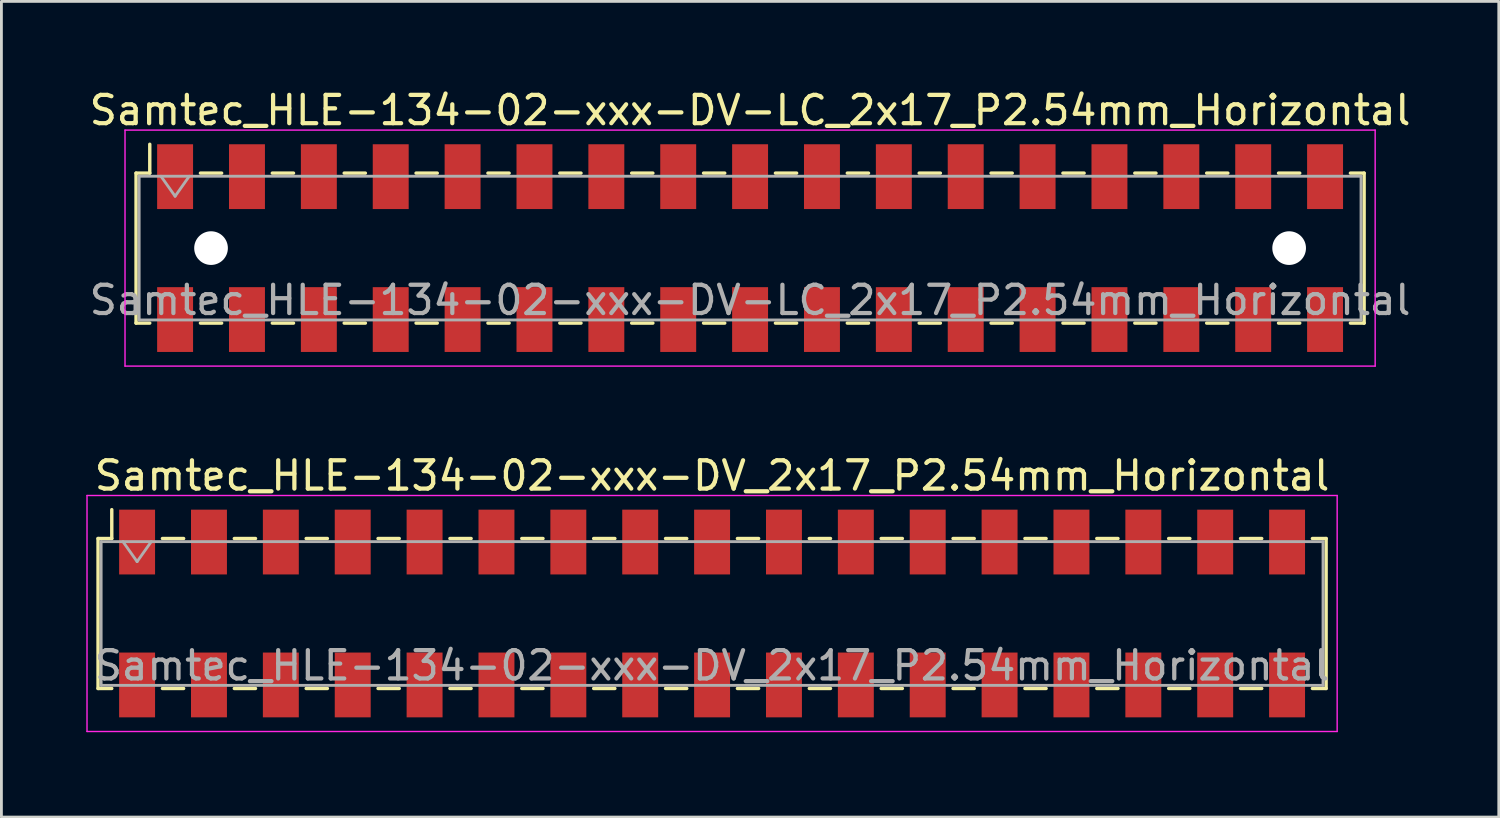
<source format=kicad_pcb>
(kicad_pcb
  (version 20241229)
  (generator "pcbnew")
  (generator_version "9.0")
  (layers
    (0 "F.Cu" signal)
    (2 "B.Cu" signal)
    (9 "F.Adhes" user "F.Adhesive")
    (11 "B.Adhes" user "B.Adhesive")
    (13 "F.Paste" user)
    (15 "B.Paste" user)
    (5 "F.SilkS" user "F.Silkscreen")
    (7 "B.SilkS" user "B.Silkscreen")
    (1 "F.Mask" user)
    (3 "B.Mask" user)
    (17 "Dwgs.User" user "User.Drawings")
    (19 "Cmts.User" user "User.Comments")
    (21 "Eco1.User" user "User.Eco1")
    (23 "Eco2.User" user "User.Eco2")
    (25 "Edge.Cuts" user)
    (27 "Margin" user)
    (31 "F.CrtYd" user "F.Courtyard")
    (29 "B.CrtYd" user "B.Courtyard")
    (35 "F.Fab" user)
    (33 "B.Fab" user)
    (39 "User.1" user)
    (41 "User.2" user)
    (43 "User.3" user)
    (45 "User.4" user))
  (footprint "Samtec_HLE-134-02-xxx-DV-LC_2x17_P2.54mm_Horizontal"
    (layer "F.Cu")
    (at 23.458 5.718)
    (property "Reference" "Samtec_HLE-134-02-xxx-DV-LC_2x17_P2.54mm_Horizontal" (at 0 -4.87 0) (layer "F.SilkS") (effects (font (size 1 1) (thickness 0.15))))
    (attr smd)
    (fp_line (start -21.7 -2.65) (end -21.7 2.65) (stroke (width 0.12) (type solid)) (layer "F.SilkS"))
    (fp_line (start -21.7 2.65) (end -21.215 2.65) (stroke (width 0.12) (type solid)) (layer "F.SilkS"))
    (fp_line (start -21.215 -3.67) (end -21.215 -2.65) (stroke (width 0.12) (type solid)) (layer "F.SilkS"))
    (fp_line (start -21.215 -2.65) (end -21.7 -2.65) (stroke (width 0.12) (type solid)) (layer "F.SilkS"))
    (fp_line (start -19.425 -2.65) (end -18.675 -2.65) (stroke (width 0.12) (type solid)) (layer "F.SilkS"))
    (fp_line (start -19.425 2.65) (end -18.675 2.65) (stroke (width 0.12) (type solid)) (layer "F.SilkS"))
    (fp_line (start -16.885 -2.65) (end -16.135 -2.65) (stroke (width 0.12) (type solid)) (layer "F.SilkS"))
    (fp_line (start -16.885 2.65) (end -16.135 2.65) (stroke (width 0.12) (type solid)) (layer "F.SilkS"))
    (fp_line (start -14.345 -2.65) (end -13.595 -2.65) (stroke (width 0.12) (type solid)) (layer "F.SilkS"))
    (fp_line (start -14.345 2.65) (end -13.595 2.65) (stroke (width 0.12) (type solid)) (layer "F.SilkS"))
    (fp_line (start -11.805 -2.65) (end -11.055 -2.65) (stroke (width 0.12) (type solid)) (layer "F.SilkS"))
    (fp_line (start -11.805 2.65) (end -11.055 2.65) (stroke (width 0.12) (type solid)) (layer "F.SilkS"))
    (fp_line (start -9.265 -2.65) (end -8.515 -2.65) (stroke (width 0.12) (type solid)) (layer "F.SilkS"))
    (fp_line (start -9.265 2.65) (end -8.515 2.65) (stroke (width 0.12) (type solid)) (layer "F.SilkS"))
    (fp_line (start -6.725 -2.65) (end -5.975 -2.65) (stroke (width 0.12) (type solid)) (layer "F.SilkS"))
    (fp_line (start -6.725 2.65) (end -5.975 2.65) (stroke (width 0.12) (type solid)) (layer "F.SilkS"))
    (fp_line (start -4.185 -2.65) (end -3.435 -2.65) (stroke (width 0.12) (type solid)) (layer "F.SilkS"))
    (fp_line (start -4.185 2.65) (end -3.435 2.65) (stroke (width 0.12) (type solid)) (layer "F.SilkS"))
    (fp_line (start -1.645 -2.65) (end -0.895 -2.65) (stroke (width 0.12) (type solid)) (layer "F.SilkS"))
    (fp_line (start -1.645 2.65) (end -0.895 2.65) (stroke (width 0.12) (type solid)) (layer "F.SilkS"))
    (fp_line (start 0.895 -2.65) (end 1.645 -2.65) (stroke (width 0.12) (type solid)) (layer "F.SilkS"))
    (fp_line (start 0.895 2.65) (end 1.645 2.65) (stroke (width 0.12) (type solid)) (layer "F.SilkS"))
    (fp_line (start 3.435 -2.65) (end 4.185 -2.65) (stroke (width 0.12) (type solid)) (layer "F.SilkS"))
    (fp_line (start 3.435 2.65) (end 4.185 2.65) (stroke (width 0.12) (type solid)) (layer "F.SilkS"))
    (fp_line (start 5.975 -2.65) (end 6.725 -2.65) (stroke (width 0.12) (type solid)) (layer "F.SilkS"))
    (fp_line (start 5.975 2.65) (end 6.725 2.65) (stroke (width 0.12) (type solid)) (layer "F.SilkS"))
    (fp_line (start 8.515 -2.65) (end 9.265 -2.65) (stroke (width 0.12) (type solid)) (layer "F.SilkS"))
    (fp_line (start 8.515 2.65) (end 9.265 2.65) (stroke (width 0.12) (type solid)) (layer "F.SilkS"))
    (fp_line (start 11.055 -2.65) (end 11.805 -2.65) (stroke (width 0.12) (type solid)) (layer "F.SilkS"))
    (fp_line (start 11.055 2.65) (end 11.805 2.65) (stroke (width 0.12) (type solid)) (layer "F.SilkS"))
    (fp_line (start 13.595 -2.65) (end 14.345 -2.65) (stroke (width 0.12) (type solid)) (layer "F.SilkS"))
    (fp_line (start 13.595 2.65) (end 14.345 2.65) (stroke (width 0.12) (type solid)) (layer "F.SilkS"))
    (fp_line (start 16.135 -2.65) (end 16.885 -2.65) (stroke (width 0.12) (type solid)) (layer "F.SilkS"))
    (fp_line (start 16.135 2.65) (end 16.885 2.65) (stroke (width 0.12) (type solid)) (layer "F.SilkS"))
    (fp_line (start 18.675 -2.65) (end 19.425 -2.65) (stroke (width 0.12) (type solid)) (layer "F.SilkS"))
    (fp_line (start 18.675 2.65) (end 19.425 2.65) (stroke (width 0.12) (type solid)) (layer "F.SilkS"))
    (fp_line (start 21.215 -2.65) (end 21.7 -2.65) (stroke (width 0.12) (type solid)) (layer "F.SilkS"))
    (fp_line (start 21.7 -2.65) (end 21.7 2.65) (stroke (width 0.12) (type solid)) (layer "F.SilkS"))
    (fp_line (start 21.7 2.65) (end 21.215 2.65) (stroke (width 0.12) (type solid)) (layer "F.SilkS"))
    (fp_line (start -22.09 -4.17) (end 22.09 -4.17) (stroke (width 0.05) (type solid)) (layer "F.CrtYd"))
    (fp_line (start -22.09 4.17) (end -22.09 -4.17) (stroke (width 0.05) (type solid)) (layer "F.CrtYd"))
    (fp_line (start 22.09 -4.17) (end 22.09 4.17) (stroke (width 0.05) (type solid)) (layer "F.CrtYd"))
    (fp_line (start 22.09 4.17) (end -22.09 4.17) (stroke (width 0.05) (type solid)) (layer "F.CrtYd"))
    (fp_line (start -21.59 -2.54) (end 21.59 -2.54) (stroke (width 0.1) (type solid)) (layer "F.Fab"))
    (fp_line (start -21.59 2.54) (end -21.59 -2.54) (stroke (width 0.1) (type solid)) (layer "F.Fab"))
    (fp_line (start -20.82 -2.54) (end -20.32 -1.833) (stroke (width 0.1) (type solid)) (layer "F.Fab"))
    (fp_line (start -20.32 -1.833) (end -19.82 -2.54) (stroke (width 0.1) (type solid)) (layer "F.Fab"))
    (fp_line (start 21.59 -2.54) (end 21.59 2.54) (stroke (width 0.1) (type solid)) (layer "F.Fab"))
    (fp_line (start 21.59 2.54) (end -21.59 2.54) (stroke (width 0.1) (type solid)) (layer "F.Fab"))
    (fp_text user "${REFERENCE}" (at 0 1.84 0) (layer "F.Fab") (effects (font (size 1 1) (thickness 0.15))))
    (pad "" np_thru_hole circle (at -19.05 0) (size 1.19 1.19) (drill 1.19) (layers "*.Cu" "*.Mask"))
    (pad "" np_thru_hole circle (at 19.05 0) (size 1.19 1.19) (drill 1.19) (layers "*.Cu" "*.Mask"))
    (pad "1" smd rect (at -20.32 -2.525) (size 1.27 2.29) (layers "F.Cu" "F.Mask" "F.Paste"))
    (pad "2" smd rect (at -20.32 2.525) (size 1.27 2.29) (layers "F.Cu" "F.Mask" "F.Paste"))
    (pad "3" smd rect (at -17.78 -2.525) (size 1.27 2.29) (layers "F.Cu" "F.Mask" "F.Paste"))
    (pad "4" smd rect (at -17.78 2.525) (size 1.27 2.29) (layers "F.Cu" "F.Mask" "F.Paste"))
    (pad "5" smd rect (at -15.24 -2.525) (size 1.27 2.29) (layers "F.Cu" "F.Mask" "F.Paste"))
    (pad "6" smd rect (at -15.24 2.525) (size 1.27 2.29) (layers "F.Cu" "F.Mask" "F.Paste"))
    (pad "7" smd rect (at -12.7 -2.525) (size 1.27 2.29) (layers "F.Cu" "F.Mask" "F.Paste"))
    (pad "8" smd rect (at -12.7 2.525) (size 1.27 2.29) (layers "F.Cu" "F.Mask" "F.Paste"))
    (pad "9" smd rect (at -10.16 -2.525) (size 1.27 2.29) (layers "F.Cu" "F.Mask" "F.Paste"))
    (pad "10" smd rect (at -10.16 2.525) (size 1.27 2.29) (layers "F.Cu" "F.Mask" "F.Paste"))
    (pad "11" smd rect (at -7.62 -2.525) (size 1.27 2.29) (layers "F.Cu" "F.Mask" "F.Paste"))
    (pad "12" smd rect (at -7.62 2.525) (size 1.27 2.29) (layers "F.Cu" "F.Mask" "F.Paste"))
    (pad "13" smd rect (at -5.08 -2.525) (size 1.27 2.29) (layers "F.Cu" "F.Mask" "F.Paste"))
    (pad "14" smd rect (at -5.08 2.525) (size 1.27 2.29) (layers "F.Cu" "F.Mask" "F.Paste"))
    (pad "15" smd rect (at -2.54 -2.525) (size 1.27 2.29) (layers "F.Cu" "F.Mask" "F.Paste"))
    (pad "16" smd rect (at -2.54 2.525) (size 1.27 2.29) (layers "F.Cu" "F.Mask" "F.Paste"))
    (pad "17" smd rect (at 0 -2.525) (size 1.27 2.29) (layers "F.Cu" "F.Mask" "F.Paste"))
    (pad "18" smd rect (at 0 2.525) (size 1.27 2.29) (layers "F.Cu" "F.Mask" "F.Paste"))
    (pad "19" smd rect (at 2.54 -2.525) (size 1.27 2.29) (layers "F.Cu" "F.Mask" "F.Paste"))
    (pad "20" smd rect (at 2.54 2.525) (size 1.27 2.29) (layers "F.Cu" "F.Mask" "F.Paste"))
    (pad "21" smd rect (at 5.08 -2.525) (size 1.27 2.29) (layers "F.Cu" "F.Mask" "F.Paste"))
    (pad "22" smd rect (at 5.08 2.525) (size 1.27 2.29) (layers "F.Cu" "F.Mask" "F.Paste"))
    (pad "23" smd rect (at 7.62 -2.525) (size 1.27 2.29) (layers "F.Cu" "F.Mask" "F.Paste"))
    (pad "24" smd rect (at 7.62 2.525) (size 1.27 2.29) (layers "F.Cu" "F.Mask" "F.Paste"))
    (pad "25" smd rect (at 10.16 -2.525) (size 1.27 2.29) (layers "F.Cu" "F.Mask" "F.Paste"))
    (pad "26" smd rect (at 10.16 2.525) (size 1.27 2.29) (layers "F.Cu" "F.Mask" "F.Paste"))
    (pad "27" smd rect (at 12.7 -2.525) (size 1.27 2.29) (layers "F.Cu" "F.Mask" "F.Paste"))
    (pad "28" smd rect (at 12.7 2.525) (size 1.27 2.29) (layers "F.Cu" "F.Mask" "F.Paste"))
    (pad "29" smd rect (at 15.24 -2.525) (size 1.27 2.29) (layers "F.Cu" "F.Mask" "F.Paste"))
    (pad "30" smd rect (at 15.24 2.525) (size 1.27 2.29) (layers "F.Cu" "F.Mask" "F.Paste"))
    (pad "31" smd rect (at 17.78 -2.525) (size 1.27 2.29) (layers "F.Cu" "F.Mask" "F.Paste"))
    (pad "32" smd rect (at 17.78 2.525) (size 1.27 2.29) (layers "F.Cu" "F.Mask" "F.Paste"))
    (pad "33" smd rect (at 20.32 -2.525) (size 1.27 2.29) (layers "F.Cu" "F.Mask" "F.Paste"))
    (pad "34" smd rect (at 20.32 2.525) (size 1.27 2.29) (layers "F.Cu" "F.Mask" "F.Paste")))
  (footprint "Samtec_HLE-134-02-xxx-DV_2x17_P2.54mm_Horizontal"
    (layer "F.Cu")
    (at 22.115 18.631)
    (property "Reference" "Samtec_HLE-134-02-xxx-DV_2x17_P2.54mm_Horizontal" (at 0 -4.87 0) (layer "F.SilkS") (effects (font (size 1 1) (thickness 0.15))))
    (attr smd)
    (fp_line (start -21.7 -2.65) (end -21.7 2.65) (stroke (width 0.12) (type solid)) (layer "F.SilkS"))
    (fp_line (start -21.7 2.65) (end -21.215 2.65) (stroke (width 0.12) (type solid)) (layer "F.SilkS"))
    (fp_line (start -21.215 -3.67) (end -21.215 -2.65) (stroke (width 0.12) (type solid)) (layer "F.SilkS"))
    (fp_line (start -21.215 -2.65) (end -21.7 -2.65) (stroke (width 0.12) (type solid)) (layer "F.SilkS"))
    (fp_line (start -19.425 -2.65) (end -18.675 -2.65) (stroke (width 0.12) (type solid)) (layer "F.SilkS"))
    (fp_line (start -19.425 2.65) (end -18.675 2.65) (stroke (width 0.12) (type solid)) (layer "F.SilkS"))
    (fp_line (start -16.885 -2.65) (end -16.135 -2.65) (stroke (width 0.12) (type solid)) (layer "F.SilkS"))
    (fp_line (start -16.885 2.65) (end -16.135 2.65) (stroke (width 0.12) (type solid)) (layer "F.SilkS"))
    (fp_line (start -14.345 -2.65) (end -13.595 -2.65) (stroke (width 0.12) (type solid)) (layer "F.SilkS"))
    (fp_line (start -14.345 2.65) (end -13.595 2.65) (stroke (width 0.12) (type solid)) (layer "F.SilkS"))
    (fp_line (start -11.805 -2.65) (end -11.055 -2.65) (stroke (width 0.12) (type solid)) (layer "F.SilkS"))
    (fp_line (start -11.805 2.65) (end -11.055 2.65) (stroke (width 0.12) (type solid)) (layer "F.SilkS"))
    (fp_line (start -9.265 -2.65) (end -8.515 -2.65) (stroke (width 0.12) (type solid)) (layer "F.SilkS"))
    (fp_line (start -9.265 2.65) (end -8.515 2.65) (stroke (width 0.12) (type solid)) (layer "F.SilkS"))
    (fp_line (start -6.725 -2.65) (end -5.975 -2.65) (stroke (width 0.12) (type solid)) (layer "F.SilkS"))
    (fp_line (start -6.725 2.65) (end -5.975 2.65) (stroke (width 0.12) (type solid)) (layer "F.SilkS"))
    (fp_line (start -4.185 -2.65) (end -3.435 -2.65) (stroke (width 0.12) (type solid)) (layer "F.SilkS"))
    (fp_line (start -4.185 2.65) (end -3.435 2.65) (stroke (width 0.12) (type solid)) (layer "F.SilkS"))
    (fp_line (start -1.645 -2.65) (end -0.895 -2.65) (stroke (width 0.12) (type solid)) (layer "F.SilkS"))
    (fp_line (start -1.645 2.65) (end -0.895 2.65) (stroke (width 0.12) (type solid)) (layer "F.SilkS"))
    (fp_line (start 0.895 -2.65) (end 1.645 -2.65) (stroke (width 0.12) (type solid)) (layer "F.SilkS"))
    (fp_line (start 0.895 2.65) (end 1.645 2.65) (stroke (width 0.12) (type solid)) (layer "F.SilkS"))
    (fp_line (start 3.435 -2.65) (end 4.185 -2.65) (stroke (width 0.12) (type solid)) (layer "F.SilkS"))
    (fp_line (start 3.435 2.65) (end 4.185 2.65) (stroke (width 0.12) (type solid)) (layer "F.SilkS"))
    (fp_line (start 5.975 -2.65) (end 6.725 -2.65) (stroke (width 0.12) (type solid)) (layer "F.SilkS"))
    (fp_line (start 5.975 2.65) (end 6.725 2.65) (stroke (width 0.12) (type solid)) (layer "F.SilkS"))
    (fp_line (start 8.515 -2.65) (end 9.265 -2.65) (stroke (width 0.12) (type solid)) (layer "F.SilkS"))
    (fp_line (start 8.515 2.65) (end 9.265 2.65) (stroke (width 0.12) (type solid)) (layer "F.SilkS"))
    (fp_line (start 11.055 -2.65) (end 11.805 -2.65) (stroke (width 0.12) (type solid)) (layer "F.SilkS"))
    (fp_line (start 11.055 2.65) (end 11.805 2.65) (stroke (width 0.12) (type solid)) (layer "F.SilkS"))
    (fp_line (start 13.595 -2.65) (end 14.345 -2.65) (stroke (width 0.12) (type solid)) (layer "F.SilkS"))
    (fp_line (start 13.595 2.65) (end 14.345 2.65) (stroke (width 0.12) (type solid)) (layer "F.SilkS"))
    (fp_line (start 16.135 -2.65) (end 16.885 -2.65) (stroke (width 0.12) (type solid)) (layer "F.SilkS"))
    (fp_line (start 16.135 2.65) (end 16.885 2.65) (stroke (width 0.12) (type solid)) (layer "F.SilkS"))
    (fp_line (start 18.675 -2.65) (end 19.425 -2.65) (stroke (width 0.12) (type solid)) (layer "F.SilkS"))
    (fp_line (start 18.675 2.65) (end 19.425 2.65) (stroke (width 0.12) (type solid)) (layer "F.SilkS"))
    (fp_line (start 21.215 -2.65) (end 21.7 -2.65) (stroke (width 0.12) (type solid)) (layer "F.SilkS"))
    (fp_line (start 21.7 -2.65) (end 21.7 2.65) (stroke (width 0.12) (type solid)) (layer "F.SilkS"))
    (fp_line (start 21.7 2.65) (end 21.215 2.65) (stroke (width 0.12) (type solid)) (layer "F.SilkS"))
    (fp_line (start -22.09 -4.17) (end 22.09 -4.17) (stroke (width 0.05) (type solid)) (layer "F.CrtYd"))
    (fp_line (start -22.09 4.17) (end -22.09 -4.17) (stroke (width 0.05) (type solid)) (layer "F.CrtYd"))
    (fp_line (start 22.09 -4.17) (end 22.09 4.17) (stroke (width 0.05) (type solid)) (layer "F.CrtYd"))
    (fp_line (start 22.09 4.17) (end -22.09 4.17) (stroke (width 0.05) (type solid)) (layer "F.CrtYd"))
    (fp_line (start -21.59 -2.54) (end 21.59 -2.54) (stroke (width 0.1) (type solid)) (layer "F.Fab"))
    (fp_line (start -21.59 2.54) (end -21.59 -2.54) (stroke (width 0.1) (type solid)) (layer "F.Fab"))
    (fp_line (start -20.82 -2.54) (end -20.32 -1.833) (stroke (width 0.1) (type solid)) (layer "F.Fab"))
    (fp_line (start -20.32 -1.833) (end -19.82 -2.54) (stroke (width 0.1) (type solid)) (layer "F.Fab"))
    (fp_line (start 21.59 -2.54) (end 21.59 2.54) (stroke (width 0.1) (type solid)) (layer "F.Fab"))
    (fp_line (start 21.59 2.54) (end -21.59 2.54) (stroke (width 0.1) (type solid)) (layer "F.Fab"))
    (fp_text user "${REFERENCE}" (at 0 1.84 0) (layer "F.Fab") (effects (font (size 1 1) (thickness 0.15))))
    (pad "1" smd rect (at -20.32 -2.525) (size 1.27 2.29) (layers "F.Cu" "F.Mask" "F.Paste"))
    (pad "2" smd rect (at -20.32 2.525) (size 1.27 2.29) (layers "F.Cu" "F.Mask" "F.Paste"))
    (pad "3" smd rect (at -17.78 -2.525) (size 1.27 2.29) (layers "F.Cu" "F.Mask" "F.Paste"))
    (pad "4" smd rect (at -17.78 2.525) (size 1.27 2.29) (layers "F.Cu" "F.Mask" "F.Paste"))
    (pad "5" smd rect (at -15.24 -2.525) (size 1.27 2.29) (layers "F.Cu" "F.Mask" "F.Paste"))
    (pad "6" smd rect (at -15.24 2.525) (size 1.27 2.29) (layers "F.Cu" "F.Mask" "F.Paste"))
    (pad "7" smd rect (at -12.7 -2.525) (size 1.27 2.29) (layers "F.Cu" "F.Mask" "F.Paste"))
    (pad "8" smd rect (at -12.7 2.525) (size 1.27 2.29) (layers "F.Cu" "F.Mask" "F.Paste"))
    (pad "9" smd rect (at -10.16 -2.525) (size 1.27 2.29) (layers "F.Cu" "F.Mask" "F.Paste"))
    (pad "10" smd rect (at -10.16 2.525) (size 1.27 2.29) (layers "F.Cu" "F.Mask" "F.Paste"))
    (pad "11" smd rect (at -7.62 -2.525) (size 1.27 2.29) (layers "F.Cu" "F.Mask" "F.Paste"))
    (pad "12" smd rect (at -7.62 2.525) (size 1.27 2.29) (layers "F.Cu" "F.Mask" "F.Paste"))
    (pad "13" smd rect (at -5.08 -2.525) (size 1.27 2.29) (layers "F.Cu" "F.Mask" "F.Paste"))
    (pad "14" smd rect (at -5.08 2.525) (size 1.27 2.29) (layers "F.Cu" "F.Mask" "F.Paste"))
    (pad "15" smd rect (at -2.54 -2.525) (size 1.27 2.29) (layers "F.Cu" "F.Mask" "F.Paste"))
    (pad "16" smd rect (at -2.54 2.525) (size 1.27 2.29) (layers "F.Cu" "F.Mask" "F.Paste"))
    (pad "17" smd rect (at 0 -2.525) (size 1.27 2.29) (layers "F.Cu" "F.Mask" "F.Paste"))
    (pad "18" smd rect (at 0 2.525) (size 1.27 2.29) (layers "F.Cu" "F.Mask" "F.Paste"))
    (pad "19" smd rect (at 2.54 -2.525) (size 1.27 2.29) (layers "F.Cu" "F.Mask" "F.Paste"))
    (pad "20" smd rect (at 2.54 2.525) (size 1.27 2.29) (layers "F.Cu" "F.Mask" "F.Paste"))
    (pad "21" smd rect (at 5.08 -2.525) (size 1.27 2.29) (layers "F.Cu" "F.Mask" "F.Paste"))
    (pad "22" smd rect (at 5.08 2.525) (size 1.27 2.29) (layers "F.Cu" "F.Mask" "F.Paste"))
    (pad "23" smd rect (at 7.62 -2.525) (size 1.27 2.29) (layers "F.Cu" "F.Mask" "F.Paste"))
    (pad "24" smd rect (at 7.62 2.525) (size 1.27 2.29) (layers "F.Cu" "F.Mask" "F.Paste"))
    (pad "25" smd rect (at 10.16 -2.525) (size 1.27 2.29) (layers "F.Cu" "F.Mask" "F.Paste"))
    (pad "26" smd rect (at 10.16 2.525) (size 1.27 2.29) (layers "F.Cu" "F.Mask" "F.Paste"))
    (pad "27" smd rect (at 12.7 -2.525) (size 1.27 2.29) (layers "F.Cu" "F.Mask" "F.Paste"))
    (pad "28" smd rect (at 12.7 2.525) (size 1.27 2.29) (layers "F.Cu" "F.Mask" "F.Paste"))
    (pad "29" smd rect (at 15.24 -2.525) (size 1.27 2.29) (layers "F.Cu" "F.Mask" "F.Paste"))
    (pad "30" smd rect (at 15.24 2.525) (size 1.27 2.29) (layers "F.Cu" "F.Mask" "F.Paste"))
    (pad "31" smd rect (at 17.78 -2.525) (size 1.27 2.29) (layers "F.Cu" "F.Mask" "F.Paste"))
    (pad "32" smd rect (at 17.78 2.525) (size 1.27 2.29) (layers "F.Cu" "F.Mask" "F.Paste"))
    (pad "33" smd rect (at 20.32 -2.525) (size 1.27 2.29) (layers "F.Cu" "F.Mask" "F.Paste"))
    (pad "34" smd rect (at 20.32 2.525) (size 1.27 2.29) (layers "F.Cu" "F.Mask" "F.Paste")))
  (gr_rect
    (start -3 -3)
    (end 49.917 25.826)
    (stroke (width 0.1) (type default))
    (fill no)
    (layer "Edge.Cuts")))
</source>
